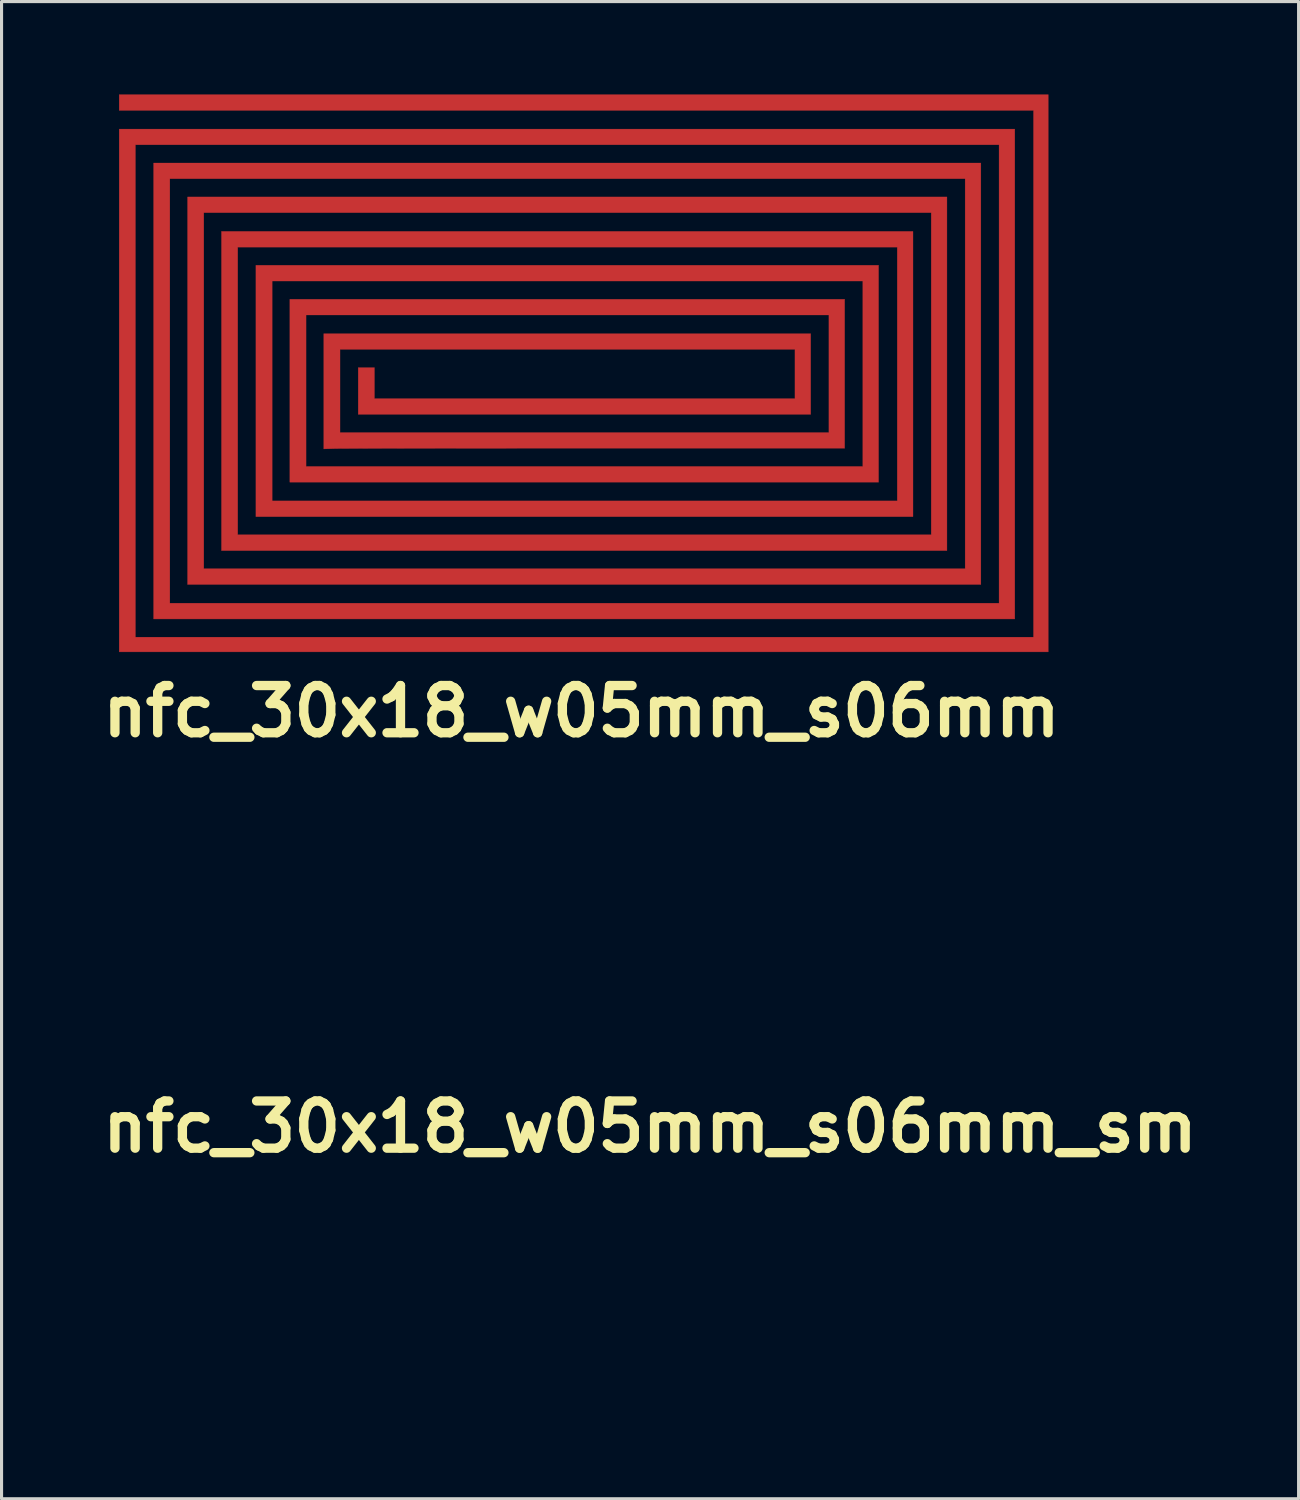
<source format=kicad_pcb>
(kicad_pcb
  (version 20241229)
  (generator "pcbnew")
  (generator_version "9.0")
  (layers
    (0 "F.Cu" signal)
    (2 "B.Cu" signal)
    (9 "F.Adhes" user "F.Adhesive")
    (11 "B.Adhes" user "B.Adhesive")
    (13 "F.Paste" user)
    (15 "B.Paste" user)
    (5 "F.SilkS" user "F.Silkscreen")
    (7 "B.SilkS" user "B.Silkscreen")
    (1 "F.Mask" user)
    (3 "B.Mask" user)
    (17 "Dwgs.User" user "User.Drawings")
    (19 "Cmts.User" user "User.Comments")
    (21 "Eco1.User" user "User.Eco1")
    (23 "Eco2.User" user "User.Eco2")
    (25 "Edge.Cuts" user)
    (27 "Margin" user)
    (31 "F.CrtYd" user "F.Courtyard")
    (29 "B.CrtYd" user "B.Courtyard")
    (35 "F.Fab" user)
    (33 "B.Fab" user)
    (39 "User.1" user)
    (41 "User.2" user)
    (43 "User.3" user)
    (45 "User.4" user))
  (footprint "nfc_30x18_w05mm_s06mm"
    (layer "F.Cu")
    (at 15.783 8.99)
    (property "Reference" "nfc_30x18_w05mm_s06mm" (at -0.064 10.922 0) (layer "F.SilkS") (effects (font (size 1.524 1.524) (thickness 0.3))))
    (attr through_hole)
    (fp_poly (pts (xy 15.002 9.001) (xy -14.986 9.001) (xy -14.986 -7.874) (xy 13.922 -7.874) (xy 13.922 7.938) (xy -13.875 7.938) (xy -13.875 -6.779) (xy 12.827 -6.779) (xy 12.827 6.826) (xy -12.779 6.826) (xy -12.779 -5.683) (xy 11.732 -5.683) (xy 11.732 5.731) (xy -11.684 5.731) (xy -11.684 -4.572) (xy 10.636 -4.572) (xy 10.636 4.636) (xy -10.573 4.636) (xy -10.573 -3.477) (xy 9.525 -3.477) (xy 9.525 3.524) (xy -9.477 3.524) (xy -9.477 -2.381) (xy 8.43 -2.381) (xy 8.43 2.429) (xy 0.417 2.429) (xy -0.09 2.429) (xy -0.589 2.429) (xy -1.082 2.429) (xy -1.565 2.429) (xy -2.039 2.429) (xy -2.503 2.43) (xy -2.954 2.43) (xy -3.393 2.43) (xy -3.819 2.43) (xy -4.23 2.431) (xy -4.625 2.431) (xy -5.004 2.432) (xy -5.365 2.432) (xy -5.707 2.432) (xy -6.029 2.433) (xy -6.331 2.433) (xy -6.611 2.434) (xy -6.869 2.434) (xy -7.103 2.435) (xy -7.312 2.436) (xy -7.495 2.436) (xy -7.652 2.437) (xy -7.78 2.437) (xy -7.88 2.438) (xy -7.951 2.439) (xy -7.989 2.439) (xy -8.382 2.45) (xy -8.382 -1.27) (xy 7.334 -1.27) (xy 7.334 1.333) (xy -7.271 1.333) (xy -7.271 -0.175) (xy -6.747 -0.175) (xy -6.747 0.826) (xy 6.826 0.826) (xy 6.826 -0.762) (xy -7.858 -0.762) (xy -7.858 1.921) (xy 7.922 1.921) (xy 7.922 -1.873) (xy -8.954 -1.873) (xy -8.954 3.016) (xy 9.017 3.016) (xy 9.017 -2.969) (xy -10.049 -2.969) (xy -10.049 4.128) (xy 10.128 4.128) (xy 10.128 -4.064) (xy -11.16 -4.064) (xy -11.16 5.223) (xy 11.224 5.223) (xy 11.224 -5.175) (xy -12.255 -5.175) (xy -12.255 6.318) (xy 12.319 6.318) (xy 12.319 -6.271) (xy -13.351 -6.271) (xy -13.351 7.429) (xy 13.414 7.429) (xy 13.414 -7.366) (xy -14.462 -7.366) (xy -14.462 8.525) (xy 14.526 8.525) (xy 14.526 -8.477) (xy -14.986 -8.477) (xy -14.986 -8.985) (xy 15.002 -8.985) (xy 15.002 9.001)) (stroke (width 0.01) (type solid)) (fill yes) (layer "F.Cu"))
    (pad "1" smd rect (at -14.732 -8.763) (size 0.203 0.203) (layers "F.Cu" "F.Mask" "F.Paste"))
    (pad "2" smd rect (at -6.985 0.064) (size 0.203 0.203) (layers "F.Cu" "F.Mask" "F.Paste")))
  (footprint "nfc_30x18_w05mm_s06mm_sm"
    (layer "F.Cu")
    (at 17.932 33.321)
    (property "Reference" "nfc_30x18_w05mm_s06mm_sm" (at 0 0 0) (layer "F.SilkS") (effects (font (size 1.524 1.524) (thickness 0.3))))
    (attr through_hole)
    (fp_poly (pts (xy 15.002 -8.477) (xy -14.51 -8.477) (xy -14.51 8.525) (xy 14.478 8.525) (xy 14.478 -7.366) (xy -13.399 -7.366) (xy -13.399 7.429) (xy 13.367 7.429) (xy 13.367 -6.271) (xy -12.303 -6.271) (xy -12.303 6.318) (xy 12.271 6.318) (xy 12.271 -5.175) (xy -11.208 -5.175) (xy -11.208 5.223) (xy 11.176 5.223) (xy 11.176 -4.064) (xy -10.112 -4.064) (xy -10.112 4.128) (xy 10.065 4.128) (xy 10.065 -2.969) (xy -9.001 -2.969) (xy -9.001 3.016) (xy 8.969 3.016) (xy 8.969 -1.873) (xy -7.906 -1.873) (xy -7.906 1.921) (xy 7.874 1.921) (xy 7.874 -0.762) (xy -6.81 -0.762) (xy -6.81 0.826) (xy 6.763 0.826) (xy 6.763 -0.175) (xy 7.287 -0.175) (xy 7.287 1.333) (xy -7.318 1.333) (xy -7.318 -1.27) (xy 8.398 -1.27) (xy 8.398 2.45) (xy 8.005 2.439) (xy 7.964 2.439) (xy 7.893 2.438) (xy 7.792 2.437) (xy 7.662 2.437) (xy 7.504 2.436) (xy 7.32 2.436) (xy 7.11 2.435) (xy 6.875 2.434) (xy 6.617 2.434) (xy 6.336 2.433) (xy 6.033 2.433) (xy 5.71 2.432) (xy 5.367 2.432) (xy 5.005 2.432) (xy 4.626 2.431) (xy 4.23 2.431) (xy 3.819 2.43) (xy 3.393 2.43) (xy 2.953 2.43) (xy 2.501 2.43) (xy 2.037 2.429) (xy 1.562 2.429) (xy 1.079 2.429) (xy 0.586 2.429) (xy 0.086 2.429) (xy -0.401 2.429) (xy -8.414 2.429) (xy -8.414 -2.381) (xy 9.493 -2.381) (xy 9.493 3.524) (xy -9.509 3.524) (xy -9.509 -3.477) (xy 10.589 -3.477) (xy 10.589 4.636) (xy -10.62 4.636) (xy -10.62 -4.572) (xy 11.7 -4.572) (xy 11.7 5.731) (xy -11.716 5.731) (xy -11.716 -5.683) (xy 12.795 -5.683) (xy 12.795 6.826) (xy -12.811 6.826) (xy -12.811 -6.779) (xy 13.891 -6.779) (xy 13.891 7.938) (xy -13.906 7.938) (xy -13.906 -7.874) (xy 15.002 -7.874) (xy 15.002 9.001) (xy -14.986 9.001) (xy -14.986 -8.985) (xy 15.002 -8.985) (xy 15.002 -8.477)) (stroke (width 0.01) (type solid)) (fill yes) (layer "F.Mask")))
  (gr_rect
    (start -3 -3)
    (end 38.865 45.327)
    (stroke (width 0.1) (type default))
    (fill no)
    (layer "Edge.Cuts")))
</source>
